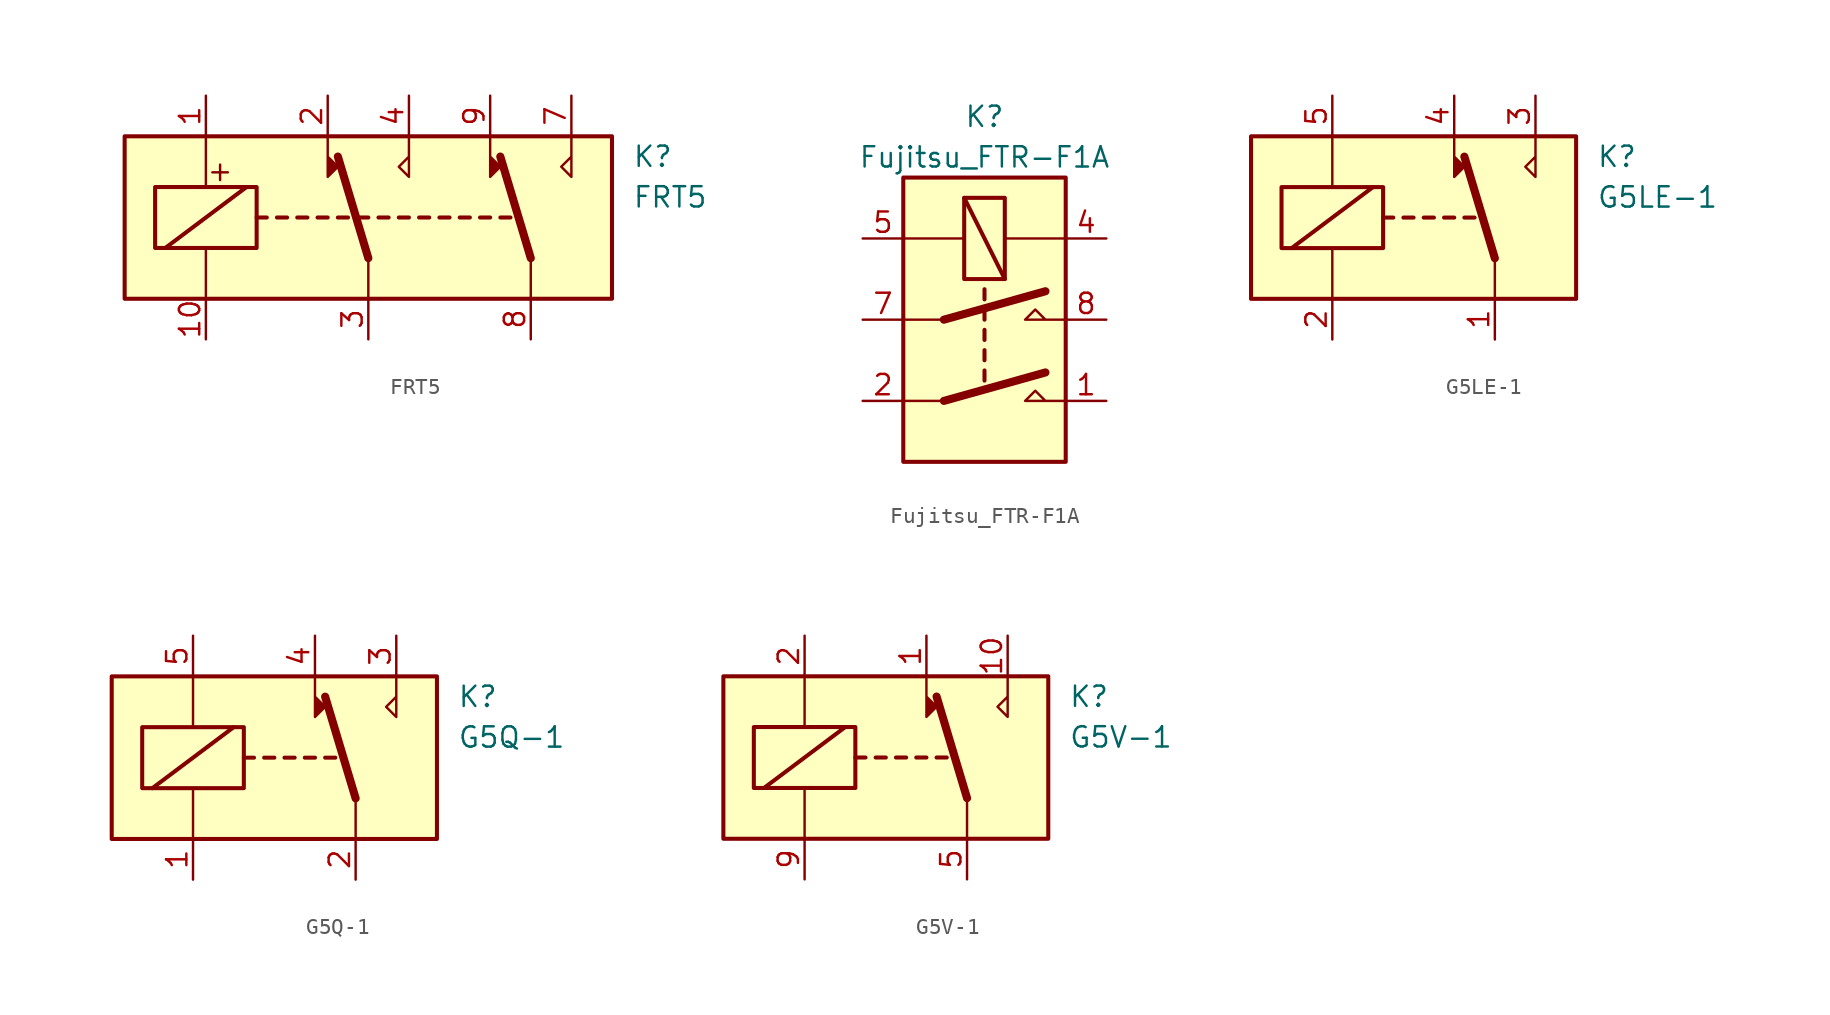
<source format=kicad_sym>
(kicad_symbol_lib
  (version 20231120)
  (generator "kicad_symbol_editor")
  (generator_version "8.0")
  (symbol "FRT5"
    (property "Reference" "K"
      (at 16.51 3.81 0)
      (effects (font (size 1.27 1.27)) (justify left)))
    (property "Value" "FRT5"
      (at 16.51 1.27 0)
      (effects (font (size 1.27 1.27)) (justify left)))
    (symbol "FRT5_0_0"
      (text "+" (at -9.271 2.921 0) (effects (font (size 1.27 1.27)))))
    (symbol "FRT5_0_1"
      (rectangle (start -15.24 5.08) (end 15.24 -5.08) (stroke (width 0.254) (type default)) (fill (type background)))
      (rectangle (start -13.335 1.905) (end -6.985 -1.905) (stroke (width 0.254) (type default)) (fill (type none)))
      (polyline (pts (xy -12.7 -1.905) (xy -7.62 1.905)) (stroke (width 0.254) (type default)) (fill (type none)))
      (polyline (pts (xy -10.16 -5.08) (xy -10.16 -1.905)) (stroke (width 0) (type default)) (fill (type none)))
      (polyline (pts (xy -10.16 5.08) (xy -10.16 1.905)) (stroke (width 0) (type default)) (fill (type none)))
      (polyline (pts (xy -6.985 0) (xy -6.35 0)) (stroke (width 0.254) (type default)) (fill (type none)))
      (polyline (pts (xy -5.715 0) (xy -5.08 0)) (stroke (width 0.254) (type default)) (fill (type none)))
      (polyline (pts (xy -4.445 0) (xy -3.81 0)) (stroke (width 0.254) (type default)) (fill (type none)))
      (polyline (pts (xy -3.175 0) (xy -2.54 0)) (stroke (width 0.254) (type default)) (fill (type none)))
      (polyline (pts (xy -1.905 0) (xy -1.27 0)) (stroke (width 0.254) (type default)) (fill (type none)))
      (polyline (pts (xy -0.635 0) (xy 0 0)) (stroke (width 0.254) (type default)) (fill (type none)))
      (polyline (pts (xy 0 -2.54) (xy -1.905 3.81)) (stroke (width 0.508) (type default)) (fill (type none)))
      (polyline (pts (xy 0 -2.54) (xy 0 -5.08)) (stroke (width 0) (type default)) (fill (type none)))
      (polyline (pts (xy 0.635 0) (xy 1.27 0)) (stroke (width 0.254) (type default)) (fill (type none)))
      (polyline (pts (xy 1.905 0) (xy 2.54 0)) (stroke (width 0.254) (type default)) (fill (type none)))
      (polyline (pts (xy 3.175 0) (xy 3.81 0)) (stroke (width 0.254) (type default)) (fill (type none)))
      (polyline (pts (xy 4.445 0) (xy 5.08 0)) (stroke (width 0.254) (type default)) (fill (type none)))
      (polyline (pts (xy 5.715 0) (xy 6.35 0)) (stroke (width 0.254) (type default)) (fill (type none)))
      (polyline (pts (xy 6.985 0) (xy 7.62 0)) (stroke (width 0.254) (type default)) (fill (type none)))
      (polyline (pts (xy 8.255 0) (xy 8.89 0)) (stroke (width 0.254) (type default)) (fill (type none)))
      (polyline (pts (xy 10.16 -2.54) (xy 8.255 3.81)) (stroke (width 0.508) (type default)) (fill (type none)))
      (polyline (pts (xy 10.16 -2.54) (xy 10.16 -5.08)) (stroke (width 0) (type default)) (fill (type none)))
      (polyline (pts (xy -2.54 5.08) (xy -2.54 2.54) (xy -1.905 3.175) (xy -2.54 3.81)) (stroke (width 0) (type default)) (fill (type outline)))
      (polyline (pts (xy 2.54 5.08) (xy 2.54 2.54) (xy 1.905 3.175) (xy 2.54 3.81)) (stroke (width 0) (type default)) (fill (type none)))
      (polyline (pts (xy 7.62 5.08) (xy 7.62 2.54) (xy 8.255 3.175) (xy 7.62 3.81)) (stroke (width 0) (type default)) (fill (type outline)))
      (polyline (pts (xy 12.7 5.08) (xy 12.7 2.54) (xy 12.065 3.175) (xy 12.7 3.81)) (stroke (width 0) (type default)) (fill (type none))))
    (symbol "FRT5_1_1"
      (pin passive line (at -10.16 7.62 270) (length 2.54) (name "~" (effects (font (size 1.27 1.27)))) (number "1" (effects (font (size 1.27 1.27)))))
      (pin passive line (at -10.16 -7.62 90) (length 2.54) (name "~" (effects (font (size 1.27 1.27)))) (number "10" (effects (font (size 1.27 1.27)))))
      (pin passive line (at -2.54 7.62 270) (length 2.54) (name "~" (effects (font (size 1.27 1.27)))) (number "2" (effects (font (size 1.27 1.27)))))
      (pin passive line (at 0 -7.62 90) (length 2.54) (name "~" (effects (font (size 1.27 1.27)))) (number "3" (effects (font (size 1.27 1.27)))))
      (pin passive line (at 2.54 7.62 270) (length 2.54) (name "~" (effects (font (size 1.27 1.27)))) (number "4" (effects (font (size 1.27 1.27)))))
      (pin passive line (at 12.7 7.62 270) (length 2.54) (name "~" (effects (font (size 1.27 1.27)))) (number "7" (effects (font (size 1.27 1.27)))))
      (pin passive line (at 10.16 -7.62 90) (length 2.54) (name "~" (effects (font (size 1.27 1.27)))) (number "8" (effects (font (size 1.27 1.27)))))
      (pin passive line (at 7.62 7.62 270) (length 2.54) (name "~" (effects (font (size 1.27 1.27)))) (number "9" (effects (font (size 1.27 1.27)))))))
  (symbol "Fujitsu_FTR-F1A"
    (property "Reference" "K"
      (at 0 12.7 0)
      (effects (font (size 1.27 1.27))))
    (property "Value" "Fujitsu_FTR-F1A"
      (at 0 10.16 0)
      (effects (font (size 1.27 1.27))))
    (symbol "Fujitsu_FTR-F1A_0_1"
      (rectangle (start -1.27 7.62) (end 1.27 2.54) (stroke (width 0.254) (type default)) (fill (type background)))
      (polyline (pts (xy -1.27 7.62) (xy 1.27 2.54)) (stroke (width 0.254) (type default)) (fill (type none))))
    (symbol "Fujitsu_FTR-F1A_1_1"
      (polyline (pts (xy -2.54 -5.08) (xy -5.08 -5.08)) (stroke (width 0) (type default)) (fill (type none)))
      (polyline (pts (xy -2.54 -5.08) (xy 3.81 -3.302)) (stroke (width 0.508) (type default)) (fill (type none)))
      (polyline (pts (xy -2.54 0) (xy -5.08 0)) (stroke (width 0) (type default)) (fill (type none)))
      (polyline (pts (xy -2.54 0) (xy 3.81 1.778)) (stroke (width 0.508) (type default)) (fill (type none)))
      (polyline (pts (xy 0 -3.175) (xy 0 -3.81)) (stroke (width 0.254) (type default)) (fill (type none)))
      (polyline (pts (xy 0 -1.905) (xy 0 -2.54)) (stroke (width 0.254) (type default)) (fill (type none)))
      (polyline (pts (xy 0 -0.635) (xy 0 -1.27)) (stroke (width 0.254) (type default)) (fill (type none)))
      (polyline (pts (xy 0 0.635) (xy 0 0)) (stroke (width 0.254) (type default)) (fill (type none)))
      (polyline (pts (xy 0 1.905) (xy 0 1.27)) (stroke (width 0.254) (type default)) (fill (type none)))
      (polyline (pts (xy 5.08 5.08) (xy 1.27 5.08)) (stroke (width 0) (type default)) (fill (type none)))
      (polyline (pts (xy -5.08 5.08) (xy -1.27 5.08) (xy -1.524 5.08)) (stroke (width 0) (type default)) (fill (type none)))
      (polyline (pts (xy 5.08 -5.08) (xy 2.54 -5.08) (xy 3.175 -4.445) (xy 3.81 -5.08)) (stroke (width 0) (type default)) (fill (type none)))
      (polyline (pts (xy 5.08 0) (xy 2.54 0) (xy 3.175 0.635) (xy 3.81 0)) (stroke (width 0) (type default)) (fill (type none)))
      (rectangle (start 5.08 8.89) (end -5.08 -8.89) (stroke (width 0.254) (type default)) (fill (type background)))
      (pin passive line (at 7.62 -5.08 180) (length 2.54) (name "~" (effects (font (size 1.27 1.27)))) (number "1" (effects (font (size 1.27 1.27)))))
      (pin passive line (at -7.62 -5.08 0) (length 2.54) (name "~" (effects (font (size 1.27 1.27)))) (number "2" (effects (font (size 1.27 1.27)))))
      (pin passive line (at 7.62 5.08 180) (length 2.54) (name "~" (effects (font (size 1.27 1.27)))) (number "4" (effects (font (size 1.27 1.27)))))
      (pin passive line (at -7.62 5.08 0) (length 2.54) (name "~" (effects (font (size 1.27 1.27)))) (number "5" (effects (font (size 1.27 1.27)))))
      (pin passive line (at -7.62 0 0) (length 2.54) (name "~" (effects (font (size 1.27 1.27)))) (number "7" (effects (font (size 1.27 1.27)))))
      (pin passive line (at 7.62 0 180) (length 2.54) (name "~" (effects (font (size 1.27 1.27)))) (number "8" (effects (font (size 1.27 1.27)))))))
  (symbol "G5LE-1"
    (property "Reference" "K"
      (at 11.43 3.81 0)
      (effects (font (size 1.27 1.27)) (justify left)))
    (property "Value" "G5LE-1"
      (at 11.43 1.27 0)
      (effects (font (size 1.27 1.27)) (justify left)))
    (symbol "G5LE-1_0_0"
      (polyline (pts (xy 7.62 5.08) (xy 7.62 2.54) (xy 6.985 3.175) (xy 7.62 3.81)) (stroke (width 0) (type default)) (fill (type none))))
    (symbol "G5LE-1_0_1"
      (rectangle (start -10.16 5.08) (end 10.16 -5.08) (stroke (width 0.254) (type default)) (fill (type background)))
      (rectangle (start -8.255 1.905) (end -1.905 -1.905) (stroke (width 0.254) (type default)) (fill (type none)))
      (polyline (pts (xy -7.62 -1.905) (xy -2.54 1.905)) (stroke (width 0.254) (type default)) (fill (type none)))
      (polyline (pts (xy -5.08 -5.08) (xy -5.08 -1.905)) (stroke (width 0) (type default)) (fill (type none)))
      (polyline (pts (xy -5.08 5.08) (xy -5.08 1.905)) (stroke (width 0) (type default)) (fill (type none)))
      (polyline (pts (xy -1.905 0) (xy -1.27 0)) (stroke (width 0.254) (type default)) (fill (type none)))
      (polyline (pts (xy -0.635 0) (xy 0 0)) (stroke (width 0.254) (type default)) (fill (type none)))
      (polyline (pts (xy 0.635 0) (xy 1.27 0)) (stroke (width 0.254) (type default)) (fill (type none)))
      (polyline (pts (xy 1.905 0) (xy 2.54 0)) (stroke (width 0.254) (type default)) (fill (type none)))
      (polyline (pts (xy 3.175 0) (xy 3.81 0)) (stroke (width 0.254) (type default)) (fill (type none)))
      (polyline (pts (xy 5.08 -2.54) (xy 3.175 3.81)) (stroke (width 0.508) (type default)) (fill (type none)))
      (polyline (pts (xy 5.08 -2.54) (xy 5.08 -5.08)) (stroke (width 0) (type default)) (fill (type none)))
      (polyline (pts (xy 2.54 5.08) (xy 2.54 2.54) (xy 3.175 3.175) (xy 2.54 3.81)) (stroke (width 0) (type default)) (fill (type outline))))
    (symbol "G5LE-1_1_1"
      (pin passive line (at 5.08 -7.62 90) (length 2.54) (name "~" (effects (font (size 1.27 1.27)))) (number "1" (effects (font (size 1.27 1.27)))))
      (pin passive line (at -5.08 -7.62 90) (length 2.54) (name "~" (effects (font (size 1.27 1.27)))) (number "2" (effects (font (size 1.27 1.27)))))
      (pin passive line (at 7.62 7.62 270) (length 2.54) (name "~" (effects (font (size 1.27 1.27)))) (number "3" (effects (font (size 1.27 1.27)))))
      (pin passive line (at 2.54 7.62 270) (length 2.54) (name "~" (effects (font (size 1.27 1.27)))) (number "4" (effects (font (size 1.27 1.27)))))
      (pin passive line (at -5.08 7.62 270) (length 2.54) (name "~" (effects (font (size 1.27 1.27)))) (number "5" (effects (font (size 1.27 1.27)))))))
  (symbol "G5Q-1"
    (property "Reference" "K"
      (at 11.43 3.81 0)
      (effects (font (size 1.27 1.27)) (justify left)))
    (property "Value" "G5Q-1"
      (at 11.43 1.27 0)
      (effects (font (size 1.27 1.27)) (justify left)))
    (symbol "G5Q-1_0_0"
      (polyline (pts (xy 7.62 5.08) (xy 7.62 2.54) (xy 6.985 3.175) (xy 7.62 3.81)) (stroke (width 0) (type default)) (fill (type none))))
    (symbol "G5Q-1_0_1"
      (rectangle (start -10.16 5.08) (end 10.16 -5.08) (stroke (width 0.254) (type default)) (fill (type background)))
      (rectangle (start -8.255 1.905) (end -1.905 -1.905) (stroke (width 0.254) (type default)) (fill (type none)))
      (polyline (pts (xy -7.62 -1.905) (xy -2.54 1.905)) (stroke (width 0.254) (type default)) (fill (type none)))
      (polyline (pts (xy -5.08 -5.08) (xy -5.08 -1.905)) (stroke (width 0) (type default)) (fill (type none)))
      (polyline (pts (xy -5.08 5.08) (xy -5.08 1.905)) (stroke (width 0) (type default)) (fill (type none)))
      (polyline (pts (xy -1.905 0) (xy -1.27 0)) (stroke (width 0.254) (type default)) (fill (type none)))
      (polyline (pts (xy -0.635 0) (xy 0 0)) (stroke (width 0.254) (type default)) (fill (type none)))
      (polyline (pts (xy 0.635 0) (xy 1.27 0)) (stroke (width 0.254) (type default)) (fill (type none)))
      (polyline (pts (xy 1.905 0) (xy 2.54 0)) (stroke (width 0.254) (type default)) (fill (type none)))
      (polyline (pts (xy 3.175 0) (xy 3.81 0)) (stroke (width 0.254) (type default)) (fill (type none)))
      (polyline (pts (xy 5.08 -2.54) (xy 3.175 3.81)) (stroke (width 0.508) (type default)) (fill (type none)))
      (polyline (pts (xy 5.08 -2.54) (xy 5.08 -5.08)) (stroke (width 0) (type default)) (fill (type none)))
      (polyline (pts (xy 2.54 5.08) (xy 2.54 2.54) (xy 3.175 3.175) (xy 2.54 3.81)) (stroke (width 0) (type default)) (fill (type outline))))
    (symbol "G5Q-1_1_1"
      (pin passive line (at -5.08 -7.62 90) (length 2.54) (name "~" (effects (font (size 1.27 1.27)))) (number "1" (effects (font (size 1.27 1.27)))))
      (pin passive line (at 5.08 -7.62 90) (length 2.54) (name "~" (effects (font (size 1.27 1.27)))) (number "2" (effects (font (size 1.27 1.27)))))
      (pin passive line (at 7.62 7.62 270) (length 2.54) (name "~" (effects (font (size 1.27 1.27)))) (number "3" (effects (font (size 1.27 1.27)))))
      (pin passive line (at 2.54 7.62 270) (length 2.54) (name "~" (effects (font (size 1.27 1.27)))) (number "4" (effects (font (size 1.27 1.27)))))
      (pin passive line (at -5.08 7.62 270) (length 2.54) (name "~" (effects (font (size 1.27 1.27)))) (number "5" (effects (font (size 1.27 1.27)))))))
  (symbol "G5V-1"
    (property "Reference" "K"
      (at 11.43 3.81 0)
      (effects (font (size 1.27 1.27)) (justify left)))
    (property "Value" "G5V-1"
      (at 11.43 1.27 0)
      (effects (font (size 1.27 1.27)) (justify left)))
    (symbol "G5V-1_0_0"
      (polyline (pts (xy 7.62 5.08) (xy 7.62 2.54) (xy 6.985 3.175) (xy 7.62 3.81)) (stroke (width 0) (type default)) (fill (type none))))
    (symbol "G5V-1_0_1"
      (rectangle (start -10.16 5.08) (end 10.16 -5.08) (stroke (width 0.254) (type default)) (fill (type background)))
      (rectangle (start -8.255 1.905) (end -1.905 -1.905) (stroke (width 0.254) (type default)) (fill (type none)))
      (polyline (pts (xy -7.62 -1.905) (xy -2.54 1.905)) (stroke (width 0.254) (type default)) (fill (type none)))
      (polyline (pts (xy -5.08 -5.08) (xy -5.08 -1.905)) (stroke (width 0) (type default)) (fill (type none)))
      (polyline (pts (xy -5.08 5.08) (xy -5.08 1.905)) (stroke (width 0) (type default)) (fill (type none)))
      (polyline (pts (xy -1.905 0) (xy -1.27 0)) (stroke (width 0.254) (type default)) (fill (type none)))
      (polyline (pts (xy -0.635 0) (xy 0 0)) (stroke (width 0.254) (type default)) (fill (type none)))
      (polyline (pts (xy 0.635 0) (xy 1.27 0)) (stroke (width 0.254) (type default)) (fill (type none)))
      (polyline (pts (xy 1.905 0) (xy 2.54 0)) (stroke (width 0.254) (type default)) (fill (type none)))
      (polyline (pts (xy 3.175 0) (xy 3.81 0)) (stroke (width 0.254) (type default)) (fill (type none)))
      (polyline (pts (xy 5.08 -2.54) (xy 3.175 3.81)) (stroke (width 0.508) (type default)) (fill (type none)))
      (polyline (pts (xy 5.08 -2.54) (xy 5.08 -5.08)) (stroke (width 0) (type default)) (fill (type none)))
      (polyline (pts (xy 2.54 5.08) (xy 2.54 2.54) (xy 3.175 3.175) (xy 2.54 3.81)) (stroke (width 0) (type default)) (fill (type outline))))
    (symbol "G5V-1_1_1"
      (pin passive line (at 2.54 7.62 270) (length 2.54) (name "~" (effects (font (size 1.27 1.27)))) (number "1" (effects (font (size 1.27 1.27)))))
      (pin passive line (at 7.62 7.62 270) (length 2.54) (name "~" (effects (font (size 1.27 1.27)))) (number "10" (effects (font (size 1.27 1.27)))))
      (pin passive line (at -5.08 7.62 270) (length 2.54) (name "~" (effects (font (size 1.27 1.27)))) (number "2" (effects (font (size 1.27 1.27)))))
      (pin passive line (at 5.08 -7.62 90) (length 2.54) (name "~" (effects (font (size 1.27 1.27)))) (number "5" (effects (font (size 1.27 1.27)))))
      (pin passive line (at 5.08 -7.62 90) (length 2.54) hide (name "~" (effects (font (size 1.27 1.27)))) (number "6" (effects (font (size 1.27 1.27)))))
      (pin passive line (at -5.08 -7.62 90) (length 2.54) (name "~" (effects (font (size 1.27 1.27)))) (number "9" (effects (font (size 1.27 1.27))))))))
</source>
